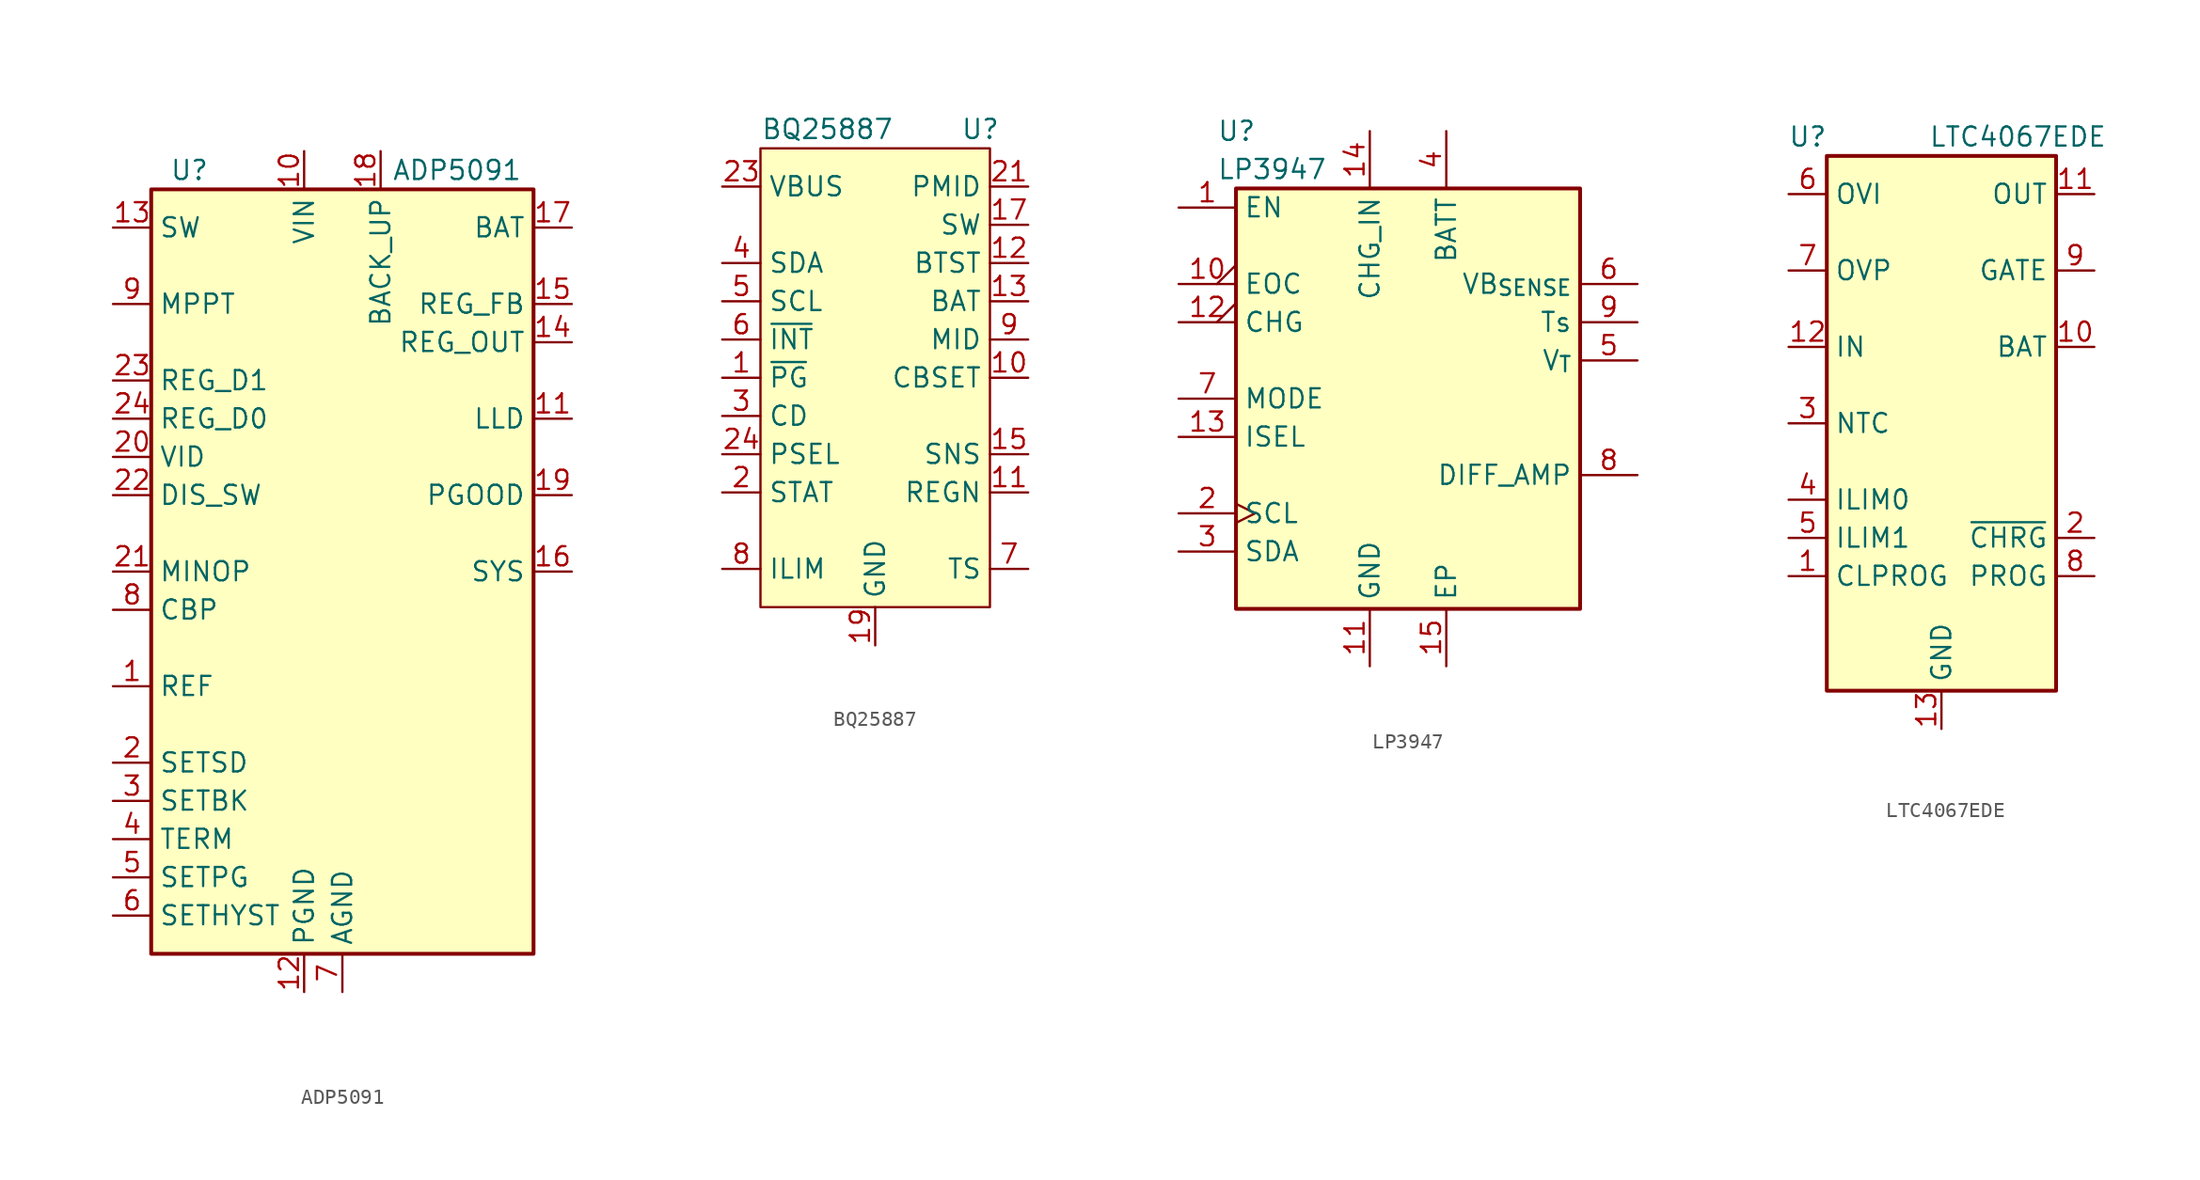
<source format=kicad_sym>
(kicad_symbol_lib
  (version 20241209)
  (generator "kicad_symbol_editor")
  (generator_version "9.0")
  (symbol "ADP5091"
    (property "Reference" "U"
      (at -10.16 26.67 0)
      (effects (font (size 1.27 1.27))))
    (property "Value" "ADP5091"
      (at 7.62 26.67 0)
      (effects (font (size 1.27 1.27))))
    (symbol "ADP5091_0_1"
      (rectangle (start 12.7 25.4) (end -12.7 -25.4) (stroke (width 0.254) (type default)) (fill (type background))))
    (symbol "ADP5091_1_1"
      (pin power_in line (at -15.24 22.86 0) (length 2.54) (name "SW" (effects (font (size 1.27 1.27)))) (number "13" (effects (font (size 1.27 1.27)))))
      (pin input line (at -15.24 17.78 0) (length 2.54) (name "MPPT" (effects (font (size 1.27 1.27)))) (number "9" (effects (font (size 1.27 1.27)))))
      (pin input line (at -15.24 12.7 0) (length 2.54) (name "REG_D1" (effects (font (size 1.27 1.27)))) (number "23" (effects (font (size 1.27 1.27)))))
      (pin input line (at -15.24 10.16 0) (length 2.54) (name "REG_D0" (effects (font (size 1.27 1.27)))) (number "24" (effects (font (size 1.27 1.27)))))
      (pin input line (at -15.24 7.62 0) (length 2.54) (name "VID" (effects (font (size 1.27 1.27)))) (number "20" (effects (font (size 1.27 1.27)))))
      (pin input line (at -15.24 5.08 0) (length 2.54) (name "DIS_SW" (effects (font (size 1.27 1.27)))) (number "22" (effects (font (size 1.27 1.27)))))
      (pin passive line (at -15.24 0 0) (length 2.54) (name "MINOP" (effects (font (size 1.27 1.27)))) (number "21" (effects (font (size 1.27 1.27)))))
      (pin passive line (at -15.24 -2.54 0) (length 2.54) (name "CBP" (effects (font (size 1.27 1.27)))) (number "8" (effects (font (size 1.27 1.27)))))
      (pin passive line (at -15.24 -7.62 0) (length 2.54) (name "REF" (effects (font (size 1.27 1.27)))) (number "1" (effects (font (size 1.27 1.27)))))
      (pin passive line (at -15.24 -12.7 0) (length 2.54) (name "SETSD" (effects (font (size 1.27 1.27)))) (number "2" (effects (font (size 1.27 1.27)))))
      (pin passive line (at -15.24 -15.24 0) (length 2.54) (name "SETBK" (effects (font (size 1.27 1.27)))) (number "3" (effects (font (size 1.27 1.27)))))
      (pin passive line (at -15.24 -17.78 0) (length 2.54) (name "TERM" (effects (font (size 1.27 1.27)))) (number "4" (effects (font (size 1.27 1.27)))))
      (pin passive line (at -15.24 -20.32 0) (length 2.54) (name "SETPG" (effects (font (size 1.27 1.27)))) (number "5" (effects (font (size 1.27 1.27)))))
      (pin passive line (at -15.24 -22.86 0) (length 2.54) (name "SETHYST" (effects (font (size 1.27 1.27)))) (number "6" (effects (font (size 1.27 1.27)))))
      (pin power_in line (at -2.54 27.94 270) (length 2.54) (name "VIN" (effects (font (size 1.27 1.27)))) (number "10" (effects (font (size 1.27 1.27)))))
      (pin power_in line (at -2.54 -27.94 90) (length 2.54) (name "PGND" (effects (font (size 1.27 1.27)))) (number "12" (effects (font (size 1.27 1.27)))))
      (pin passive line (at 0 -27.94 90) (length 2.54) (hide yes) (name "AGND" (effects (font (size 1.27 1.27)))) (number "25" (effects (font (size 1.27 1.27)))))
      (pin power_in line (at 0 -27.94 90) (length 2.54) (name "AGND" (effects (font (size 1.27 1.27)))) (number "7" (effects (font (size 1.27 1.27)))))
      (pin power_in line (at 2.54 27.94 270) (length 2.54) (name "BACK_UP" (effects (font (size 1.27 1.27)))) (number "18" (effects (font (size 1.27 1.27)))))
      (pin power_out line (at 15.24 22.86 180) (length 2.54) (name "BAT" (effects (font (size 1.27 1.27)))) (number "17" (effects (font (size 1.27 1.27)))))
      (pin power_out line (at 15.24 17.78 180) (length 2.54) (name "REG_FB" (effects (font (size 1.27 1.27)))) (number "15" (effects (font (size 1.27 1.27)))))
      (pin power_out line (at 15.24 15.24 180) (length 2.54) (name "REG_OUT" (effects (font (size 1.27 1.27)))) (number "14" (effects (font (size 1.27 1.27)))))
      (pin output line (at 15.24 10.16 180) (length 2.54) (name "LLD" (effects (font (size 1.27 1.27)))) (number "11" (effects (font (size 1.27 1.27)))))
      (pin output line (at 15.24 5.08 180) (length 2.54) (name "PGOOD" (effects (font (size 1.27 1.27)))) (number "19" (effects (font (size 1.27 1.27)))))
      (pin power_out line (at 15.24 0 180) (length 2.54) (name "SYS" (effects (font (size 1.27 1.27)))) (number "16" (effects (font (size 1.27 1.27)))))))
  (symbol "BQ25887"
    (property "Reference" "U"
      (at 6.985 16.51 0)
      (effects (font (size 1.27 1.27))))
    (property "Value" "BQ25887"
      (at -3.175 16.51 0)
      (effects (font (size 1.27 1.27))))
    (symbol "BQ25887_1_1"
      (rectangle (start -7.62 15.24) (end 7.62 -15.24) (stroke (width 0) (type default)) (fill (type background)))
      (pin power_in line (at -10.16 12.7 0) (length 2.54) (name "VBUS" (effects (font (size 1.27 1.27)))) (number "23" (effects (font (size 1.27 1.27)))))
      (pin bidirectional line (at -10.16 7.62 0) (length 2.54) (name "SDA" (effects (font (size 1.27 1.27)))) (number "4" (effects (font (size 1.27 1.27)))))
      (pin input line (at -10.16 5.08 0) (length 2.54) (name "SCL" (effects (font (size 1.27 1.27)))) (number "5" (effects (font (size 1.27 1.27)))))
      (pin open_collector line (at -10.16 2.54 0) (length 2.54) (name "~{INT}" (effects (font (size 1.27 1.27)))) (number "6" (effects (font (size 1.27 1.27)))))
      (pin open_collector line (at -10.16 0 0) (length 2.54) (name "~{PG}" (effects (font (size 1.27 1.27)))) (number "1" (effects (font (size 1.27 1.27)))))
      (pin input line (at -10.16 -2.54 0) (length 2.54) (name "CD" (effects (font (size 1.27 1.27)))) (number "3" (effects (font (size 1.27 1.27)))))
      (pin input line (at -10.16 -5.08 0) (length 2.54) (name "PSEL" (effects (font (size 1.27 1.27)))) (number "24" (effects (font (size 1.27 1.27)))))
      (pin open_collector line (at -10.16 -7.62 0) (length 2.54) (name "STAT" (effects (font (size 1.27 1.27)))) (number "2" (effects (font (size 1.27 1.27)))))
      (pin input line (at -10.16 -12.7 0) (length 2.54) (name "ILIM" (effects (font (size 1.27 1.27)))) (number "8" (effects (font (size 1.27 1.27)))))
      (pin power_in line (at 0 -17.78 90) (length 2.54) (name "GND" (effects (font (size 1.27 1.27)))) (number "19" (effects (font (size 1.27 1.27)))))
      (pin passive line (at 0 -17.78 90) (length 2.54) (hide yes) (name "GND" (effects (font (size 1.27 1.27)))) (number "20" (effects (font (size 1.27 1.27)))))
      (pin power_out line (at 10.16 12.7 180) (length 2.54) (name "PMID" (effects (font (size 1.27 1.27)))) (number "21" (effects (font (size 1.27 1.27)))))
      (pin passive line (at 10.16 12.7 180) (length 2.54) (hide yes) (name "PMID" (effects (font (size 1.27 1.27)))) (number "22" (effects (font (size 1.27 1.27)))))
      (pin power_out line (at 10.16 10.16 180) (length 2.54) (name "SW" (effects (font (size 1.27 1.27)))) (number "17" (effects (font (size 1.27 1.27)))))
      (pin passive line (at 10.16 10.16 180) (length 2.54) (hide yes) (name "SW" (effects (font (size 1.27 1.27)))) (number "18" (effects (font (size 1.27 1.27)))))
      (pin power_out line (at 10.16 7.62 180) (length 2.54) (name "BTST" (effects (font (size 1.27 1.27)))) (number "12" (effects (font (size 1.27 1.27)))))
      (pin power_out line (at 10.16 5.08 180) (length 2.54) (name "BAT" (effects (font (size 1.27 1.27)))) (number "13" (effects (font (size 1.27 1.27)))))
      (pin passive line (at 10.16 5.08 180) (length 2.54) (hide yes) (name "BAT" (effects (font (size 1.27 1.27)))) (number "14" (effects (font (size 1.27 1.27)))))
      (pin input line (at 10.16 2.54 180) (length 2.54) (name "MID" (effects (font (size 1.27 1.27)))) (number "9" (effects (font (size 1.27 1.27)))))
      (pin power_out line (at 10.16 0 180) (length 2.54) (name "CBSET" (effects (font (size 1.27 1.27)))) (number "10" (effects (font (size 1.27 1.27)))))
      (pin output line (at 10.16 -5.08 180) (length 2.54) (name "SNS" (effects (font (size 1.27 1.27)))) (number "15" (effects (font (size 1.27 1.27)))))
      (pin passive line (at 10.16 -5.08 180) (length 2.54) (hide yes) (name "SNS" (effects (font (size 1.27 1.27)))) (number "16" (effects (font (size 1.27 1.27)))))
      (pin power_out line (at 10.16 -7.62 180) (length 2.54) (name "REGN" (effects (font (size 1.27 1.27)))) (number "11" (effects (font (size 1.27 1.27)))))
      (pin input line (at 10.16 -12.7 180) (length 2.54) (name "TS" (effects (font (size 1.27 1.27)))) (number "7" (effects (font (size 1.27 1.27)))))))
  (symbol "LP3947"
    (property "Reference" "U"
      (at -12.7 17.78 0)
      (effects (font (size 1.27 1.27)) (justify left)))
    (property "Value" "LP3947"
      (at -12.7 15.24 0)
      (effects (font (size 1.27 1.27)) (justify left)))
    (symbol "LP3947_0_1"
      (rectangle (start -11.43 13.97) (end 11.43 -13.97) (stroke (width 0.254) (type default)) (fill (type background))))
    (symbol "LP3947_1_1"
      (pin input line (at -15.24 12.7 0) (length 3.81) (name "EN" (effects (font (size 1.27 1.27)))) (number "1" (effects (font (size 1.27 1.27)))))
      (pin open_collector output_low (at -15.24 7.62 0) (length 3.81) (name "EOC" (effects (font (size 1.27 1.27)))) (number "10" (effects (font (size 1.27 1.27)))))
      (pin open_collector output_low (at -15.24 5.08 0) (length 3.81) (name "CHG" (effects (font (size 1.27 1.27)))) (number "12" (effects (font (size 1.27 1.27)))))
      (pin input line (at -15.24 0 0) (length 3.81) (name "MODE" (effects (font (size 1.27 1.27)))) (number "7" (effects (font (size 1.27 1.27)))))
      (pin input line (at -15.24 -2.54 0) (length 3.81) (name "ISEL" (effects (font (size 1.27 1.27)))) (number "13" (effects (font (size 1.27 1.27)))))
      (pin input clock (at -15.24 -7.62 0) (length 3.81) (name "SCL" (effects (font (size 1.27 1.27)))) (number "2" (effects (font (size 1.27 1.27)))))
      (pin bidirectional line (at -15.24 -10.16 0) (length 3.81) (name "SDA" (effects (font (size 1.27 1.27)))) (number "3" (effects (font (size 1.27 1.27)))))
      (pin power_in line (at -2.54 17.78 270) (length 3.81) (name "CHG_IN" (effects (font (size 1.27 1.27)))) (number "14" (effects (font (size 1.27 1.27)))))
      (pin power_in line (at -2.54 -17.78 90) (length 3.81) (name "GND" (effects (font (size 1.27 1.27)))) (number "11" (effects (font (size 1.27 1.27)))))
      (pin power_out line (at 2.54 17.78 270) (length 3.81) (name "BATT" (effects (font (size 1.27 1.27)))) (number "4" (effects (font (size 1.27 1.27)))))
      (pin power_in line (at 2.54 -17.78 90) (length 3.81) (name "EP" (effects (font (size 1.27 1.27)))) (number "15" (effects (font (size 1.27 1.27)))))
      (pin input line (at 15.24 7.62 180) (length 3.81) (name "VB_{SENSE}" (effects (font (size 1.27 1.27)))) (number "6" (effects (font (size 1.27 1.27)))))
      (pin input line (at 15.24 5.08 180) (length 3.81) (name "Ts" (effects (font (size 1.27 1.27)))) (number "9" (effects (font (size 1.27 1.27)))))
      (pin power_out line (at 15.24 2.54 180) (length 3.81) (name "V_{T}" (effects (font (size 1.27 1.27)))) (number "5" (effects (font (size 1.27 1.27)))))
      (pin output line (at 15.24 -5.08 180) (length 3.81) (name "DIFF_AMP" (effects (font (size 1.27 1.27)))) (number "8" (effects (font (size 1.27 1.27)))))))
  (symbol "LTC4067EDE"
    (property "Reference" "U"
      (at -8.89 19.05 0)
      (effects (font (size 1.27 1.27))))
    (property "Value" "LTC4067EDE"
      (at 5.08 19.05 0)
      (effects (font (size 1.27 1.27))))
    (symbol "LTC4067EDE_0_1"
      (rectangle (start -7.62 17.78) (end 7.62 -17.78) (stroke (width 0.254) (type default)) (fill (type background))))
    (symbol "LTC4067EDE_1_1"
      (pin input line (at -10.16 15.24 0) (length 2.54) (name "OVI" (effects (font (size 1.27 1.27)))) (number "6" (effects (font (size 1.27 1.27)))))
      (pin output line (at -10.16 10.16 0) (length 2.54) (name "OVP" (effects (font (size 1.27 1.27)))) (number "7" (effects (font (size 1.27 1.27)))))
      (pin power_in line (at -10.16 5.08 0) (length 2.54) (name "IN" (effects (font (size 1.27 1.27)))) (number "12" (effects (font (size 1.27 1.27)))))
      (pin input line (at -10.16 0 0) (length 2.54) (name "NTC" (effects (font (size 1.27 1.27)))) (number "3" (effects (font (size 1.27 1.27)))))
      (pin input line (at -10.16 -5.08 0) (length 2.54) (name "ILIM0" (effects (font (size 1.27 1.27)))) (number "4" (effects (font (size 1.27 1.27)))))
      (pin input line (at -10.16 -7.62 0) (length 2.54) (name "ILIM1" (effects (font (size 1.27 1.27)))) (number "5" (effects (font (size 1.27 1.27)))))
      (pin input line (at -10.16 -10.16 0) (length 2.54) (name "CLPROG" (effects (font (size 1.27 1.27)))) (number "1" (effects (font (size 1.27 1.27)))))
      (pin power_in line (at 0 -20.32 90) (length 2.54) (name "GND" (effects (font (size 1.27 1.27)))) (number "13" (effects (font (size 1.27 1.27)))))
      (pin power_out line (at 10.16 15.24 180) (length 2.54) (name "OUT" (effects (font (size 1.27 1.27)))) (number "11" (effects (font (size 1.27 1.27)))))
      (pin output line (at 10.16 10.16 180) (length 2.54) (name "GATE" (effects (font (size 1.27 1.27)))) (number "9" (effects (font (size 1.27 1.27)))))
      (pin input line (at 10.16 5.08 180) (length 2.54) (name "BAT" (effects (font (size 1.27 1.27)))) (number "10" (effects (font (size 1.27 1.27)))))
      (pin open_collector line (at 10.16 -7.62 180) (length 2.54) (name "~{CHRG}" (effects (font (size 1.27 1.27)))) (number "2" (effects (font (size 1.27 1.27)))))
      (pin input line (at 10.16 -10.16 180) (length 2.54) (name "PROG" (effects (font (size 1.27 1.27)))) (number "8" (effects (font (size 1.27 1.27))))))))
</source>
